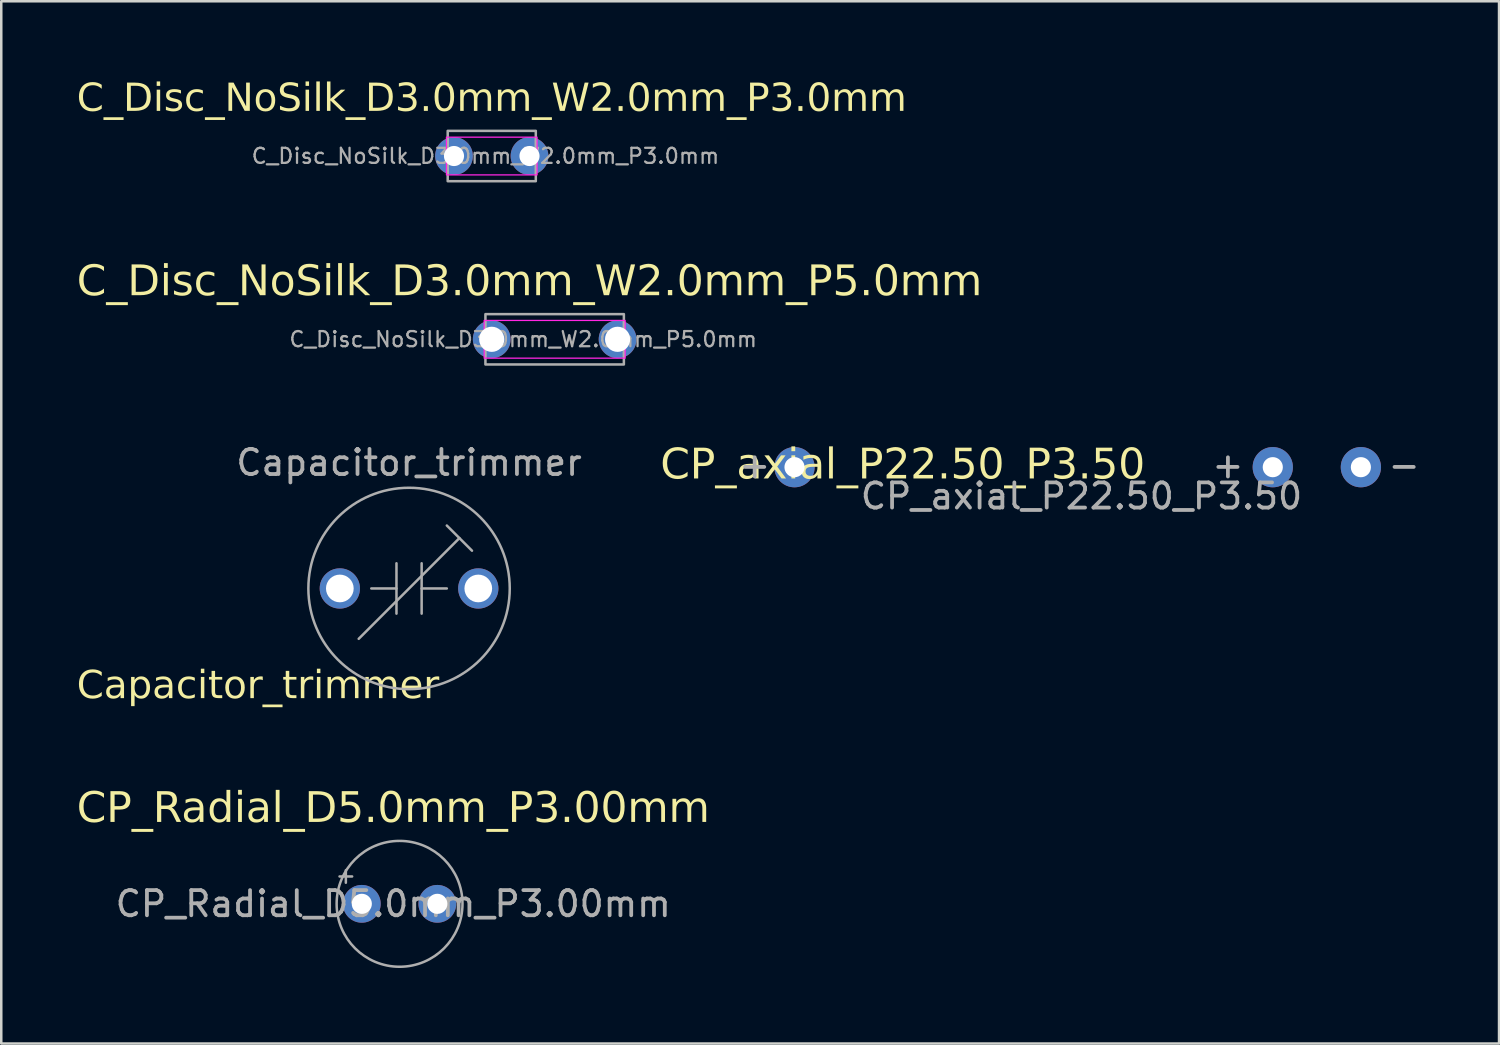
<source format=kicad_pcb>
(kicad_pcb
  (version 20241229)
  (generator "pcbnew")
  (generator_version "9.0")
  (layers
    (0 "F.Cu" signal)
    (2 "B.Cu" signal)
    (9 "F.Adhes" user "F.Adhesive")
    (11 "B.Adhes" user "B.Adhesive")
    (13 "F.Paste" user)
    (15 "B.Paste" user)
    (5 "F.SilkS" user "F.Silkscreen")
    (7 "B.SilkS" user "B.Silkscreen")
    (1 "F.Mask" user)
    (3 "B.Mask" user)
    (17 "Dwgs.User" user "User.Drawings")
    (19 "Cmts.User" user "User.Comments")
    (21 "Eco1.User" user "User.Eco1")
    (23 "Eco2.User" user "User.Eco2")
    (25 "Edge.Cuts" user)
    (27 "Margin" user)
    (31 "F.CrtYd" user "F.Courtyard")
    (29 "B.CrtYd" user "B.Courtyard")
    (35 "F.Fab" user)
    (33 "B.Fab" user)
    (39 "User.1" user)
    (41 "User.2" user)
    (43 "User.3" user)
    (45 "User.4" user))
  (footprint "CP_Radial_D5.0mm_P3.00mm"
    (layer "F.Cu")
    (at 11.323 32.855)
    (property "Reference" "CP_Radial_D5.0mm_P3.00mm" (at 1.25 -3.75 0) (layer "F.SilkS") (effects (font (face "FMD_PCB") (size 1.2 1.2) (thickness 0.15))))
    (attr through_hole)
    (fp_line (start -0.884 -1.087) (end -0.384 -1.087) (stroke (width 0.1) (type solid)) (layer "F.Fab"))
    (fp_line (start -0.634 -1.337) (end -0.634 -0.838) (stroke (width 0.1) (type solid)) (layer "F.Fab"))
    (fp_circle (center 1.5 0) (end 4 0) (stroke (width 0.1) (type solid)) (fill no) (layer "F.Fab"))
    (fp_text user "${REFERENCE}" (at 1.25 0 0) (layer "F.Fab") (effects (font (size 1 1) (thickness 0.15))))
    (pad "1" thru_hole circle (at 0 0) (size 1.5 1.5) (drill 0.8) (layers "*.Cu" "*.Mask"))
    (pad "2" thru_hole circle (at 3 0) (size 1.5 1.5) (drill 0.8) (layers "*.Cu" "*.Mask")))
  (footprint "C_Disc_NoSilk_D3.0mm_W2.0mm_P3.0mm"
    (layer "F.Cu")
    (at 14.985 3.148)
    (property "Reference" "C_Disc_NoSilk_D3.0mm_W2.0mm_P3.0mm" (at 1.5 -2.25 0) (layer "F.SilkS") (effects (font (face "FMD_PCB") (size 1.1 1.1) (thickness 0.15))))
    (attr through_hole)
    (fp_rect (start -0.3 -0.75) (end 3.3 0.75) (stroke (width 0.05) (type solid)) (fill no) (layer "F.CrtYd"))
    (fp_rect (start -0.25 -1) (end 3.25 1) (stroke (width 0.1) (type solid)) (fill no) (layer "F.Fab"))
    (fp_text user "${REFERENCE}" (at 1.25 0 0) (layer "F.Fab") (effects (font (size 0.6 0.6) (thickness 0.09))))
    (pad "1" thru_hole circle (at 0 0) (size 1.5 1.5) (drill 0.8) (layers "*.Cu" "*.Mask"))
    (pad "2" thru_hole circle (at 3 0) (size 1.5 1.5) (drill 0.8) (layers "*.Cu" "*.Mask")))
  (footprint "CP_axial_P22.50_P3.50"
    (layer "F.Cu")
    (at 28.512 15.509)
    (property "Reference" "CP_axial_P22.50_P3.50" (at 4.3 -0.05 0) (unlocked yes) (layer "F.SilkS") (effects (font (face "FMD_PCB") (size 1.2 1.2) (thickness 0.1))))
    (attr through_hole)
    (fp_text user "+" (at -2.3 0.5 0) (unlocked yes) (layer "F.Fab") (effects (font (size 1 1) (thickness 0.15)) (justify left bottom)))
    (fp_text user "${REFERENCE}" (at 11.4 1.15 0) (unlocked yes) (layer "F.Fab") (effects (font (size 1 1) (thickness 0.15))))
    (fp_text user "+" (at 16.5 0.5 0) (unlocked yes) (layer "F.Fab") (effects (font (size 1 1) (thickness 0.15)) (justify left bottom)))
    (fp_text user "-" (at 23.5 0.5 0) (unlocked yes) (layer "F.Fab") (effects (font (size 1 1) (thickness 0.15)) (justify left bottom)))
    (pad "1" thru_hole circle (at 0 0) (size 1.6 1.6) (drill 0.8) (layers "*.Cu" "*.Mask"))
    (pad "1" thru_hole circle (at 19 0) (size 1.6 1.6) (drill 0.8) (layers "*.Cu" "*.Mask"))
    (pad "2" thru_hole circle (at 22.5 0) (size 1.6 1.6) (drill 0.8) (layers "*.Cu" "*.Mask")))
  (footprint "Capacitor_trimmer"
    (layer "F.Cu")
    (at 13.2 20.327)
    (property "Reference" "Capacitor_trimmer" (at -6 3.9 0) (unlocked yes) (layer "F.SilkS") (effects (font (face "FMD_PCB") (size 1.1 1.1) (thickness 0.1))))
    (attr through_hole)
    (fp_line (start -2 2) (end 2 -2) (stroke (width 0.1) (type solid)) (layer "F.Fab"))
    (fp_line (start -1.5 0) (end -0.5 0) (stroke (width 0.1) (type solid)) (layer "F.Fab"))
    (fp_line (start -0.5 -1) (end -0.5 1) (stroke (width 0.1) (type solid)) (layer "F.Fab"))
    (fp_line (start 0.5 -1) (end 0.5 1) (stroke (width 0.1) (type solid)) (layer "F.Fab"))
    (fp_line (start 0.5 0) (end 1.5 0) (stroke (width 0.1) (type solid)) (layer "F.Fab"))
    (fp_line (start 1.5 -2.5) (end 2.5 -1.5) (stroke (width 0.1) (type solid)) (layer "F.Fab"))
    (fp_circle (center 0 0) (end 0 -4) (stroke (width 0.1) (type solid)) (fill no) (layer "F.Fab"))
    (fp_text user "${REFERENCE}" (at 0 -5 0) (unlocked yes) (layer "F.Fab") (effects (font (size 1 1) (thickness 0.15))))
    (pad "1" thru_hole circle (at -2.75 0) (size 1.6 1.6) (drill 1.1) (layers "*.Cu" "*.Mask"))
    (pad "2" thru_hole circle (at 2.75 0) (size 1.6 1.6) (drill 1.1) (layers "*.Cu" "*.Mask")))
  (footprint "C_Disc_NoSilk_D3.0mm_W2.0mm_P5.0mm"
    (layer "F.Cu")
    (at 16.484 10.429)
    (property "Reference" "C_Disc_NoSilk_D3.0mm_W2.0mm_P5.0mm" (at 1.5 -2.25 0) (layer "F.SilkS") (effects (font (face "FMD_PCB") (size 1.2 1.2) (thickness 0.15))))
    (attr through_hole)
    (fp_rect (start -0.3 -0.75) (end 5.3 0.75) (stroke (width 0.05) (type solid)) (fill no) (layer "F.CrtYd"))
    (fp_rect (start -0.25 -1) (end 5.25 1) (stroke (width 0.1) (type solid)) (fill no) (layer "F.Fab"))
    (fp_text user "${REFERENCE}" (at 1.25 0 0) (layer "F.Fab") (effects (font (size 0.6 0.6) (thickness 0.09))))
    (pad "1" thru_hole circle (at 0 0) (size 1.5 1.5) (drill 1) (layers "*.Cu" "*.Mask"))
    (pad "2" thru_hole circle (at 5 0) (size 1.5 1.5) (drill 1) (layers "*.Cu" "*.Mask")))
  (gr_rect
    (start -3 -3)
    (end 56.5 38.405)
    (stroke (width 0.1) (type default))
    (fill no)
    (layer "Edge.Cuts")))
</source>
